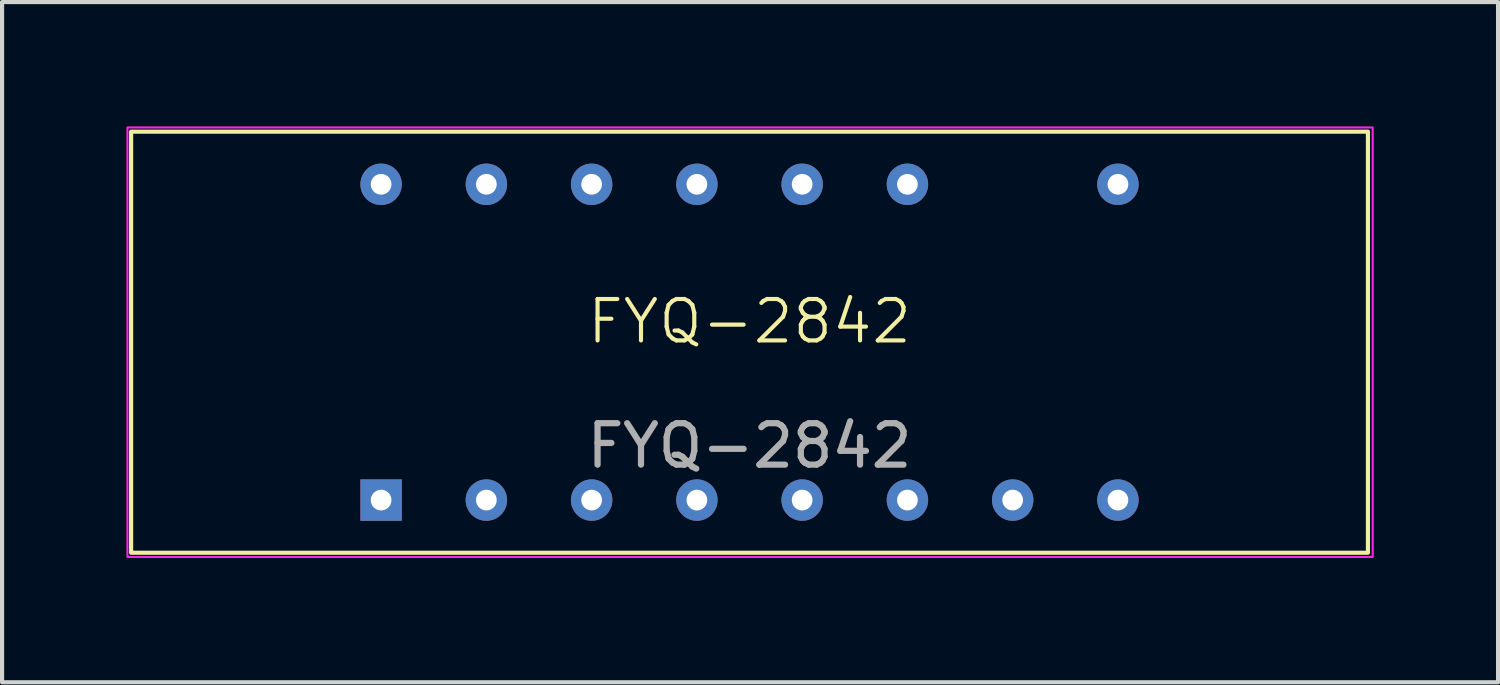
<source format=kicad_pcb>
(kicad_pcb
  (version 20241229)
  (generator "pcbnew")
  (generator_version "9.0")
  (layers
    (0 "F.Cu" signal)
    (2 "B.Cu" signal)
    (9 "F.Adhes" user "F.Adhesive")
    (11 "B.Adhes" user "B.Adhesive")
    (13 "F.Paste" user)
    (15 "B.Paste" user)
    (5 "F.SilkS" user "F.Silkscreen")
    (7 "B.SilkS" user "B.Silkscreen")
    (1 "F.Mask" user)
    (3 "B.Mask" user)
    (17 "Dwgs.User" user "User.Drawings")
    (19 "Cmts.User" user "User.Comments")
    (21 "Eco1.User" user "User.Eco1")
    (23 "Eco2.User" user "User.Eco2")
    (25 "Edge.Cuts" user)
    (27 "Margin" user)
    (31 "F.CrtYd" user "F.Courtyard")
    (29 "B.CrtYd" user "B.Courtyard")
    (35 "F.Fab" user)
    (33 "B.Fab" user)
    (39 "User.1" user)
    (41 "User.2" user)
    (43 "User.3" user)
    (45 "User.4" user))
  (footprint "FYQ-2842"
    (layer "F.Cu")
    (at 15.036 5.207)
    (property "Reference" "FYQ-2842" (at 0 -0.5 0) (unlocked yes) (layer "F.SilkS") (effects (font (size 1 1) (thickness 0.1))))
    (attr through_hole)
    (fp_rect (start -14.922 -5.08) (end 14.922 5.08) (stroke (width 0.1) (type default)) (fill no) (layer "F.SilkS"))
    (fp_rect (start -15.011 -5.182) (end 15.037 5.182) (stroke (width 0.05) (type default)) (fill no) (layer "F.CrtYd"))
    (fp_text user "${REFERENCE}" (at 0 2.5 0) (unlocked yes) (layer "F.Fab") (effects (font (size 1 1) (thickness 0.15))))
    (pad "1" thru_hole rect (at -8.89 3.81) (size 1 1) (drill 0.5) (layers "*.Cu" "*.Mask"))
    (pad "2" thru_hole circle (at -6.35 3.81) (size 1 1) (drill 0.5) (layers "*.Cu" "*.Mask"))
    (pad "3" thru_hole circle (at -3.81 3.81) (size 1 1) (drill 0.5) (layers "*.Cu" "*.Mask"))
    (pad "4" thru_hole circle (at -1.27 3.81) (size 1 1) (drill 0.5) (layers "*.Cu" "*.Mask"))
    (pad "5" thru_hole circle (at 1.27 3.81) (size 1 1) (drill 0.5) (layers "*.Cu" "*.Mask"))
    (pad "6" thru_hole circle (at 3.81 3.81) (size 1 1) (drill 0.5) (layers "*.Cu" "*.Mask"))
    (pad "7" thru_hole circle (at 6.35 3.81) (size 1 1) (drill 0.5) (layers "*.Cu" "*.Mask"))
    (pad "8" thru_hole circle (at 8.89 3.81) (size 1 1) (drill 0.5) (layers "*.Cu" "*.Mask"))
    (pad "9" thru_hole circle (at 8.89 -3.81) (size 1 1) (drill 0.5) (layers "*.Cu" "*.Mask"))
    (pad "11" thru_hole circle (at 3.81 -3.81) (size 1 1) (drill 0.5) (layers "*.Cu" "*.Mask"))
    (pad "12" thru_hole circle (at 1.27 -3.81) (size 1 1) (drill 0.5) (layers "*.Cu" "*.Mask"))
    (pad "13" thru_hole circle (at -1.27 -3.81) (size 1 1) (drill 0.5) (layers "*.Cu" "*.Mask"))
    (pad "14" thru_hole circle (at -3.81 -3.81) (size 1 1) (drill 0.5) (layers "*.Cu" "*.Mask"))
    (pad "15" thru_hole circle (at -6.35 -3.81) (size 1 1) (drill 0.5) (layers "*.Cu" "*.Mask"))
    (pad "16" thru_hole circle (at -8.89 -3.81) (size 1 1) (drill 0.5) (layers "*.Cu" "*.Mask")))
  (gr_rect
    (start -3 -3)
    (end 33.098 13.413)
    (stroke (width 0.1) (type default))
    (fill no)
    (layer "Edge.Cuts")))
</source>
